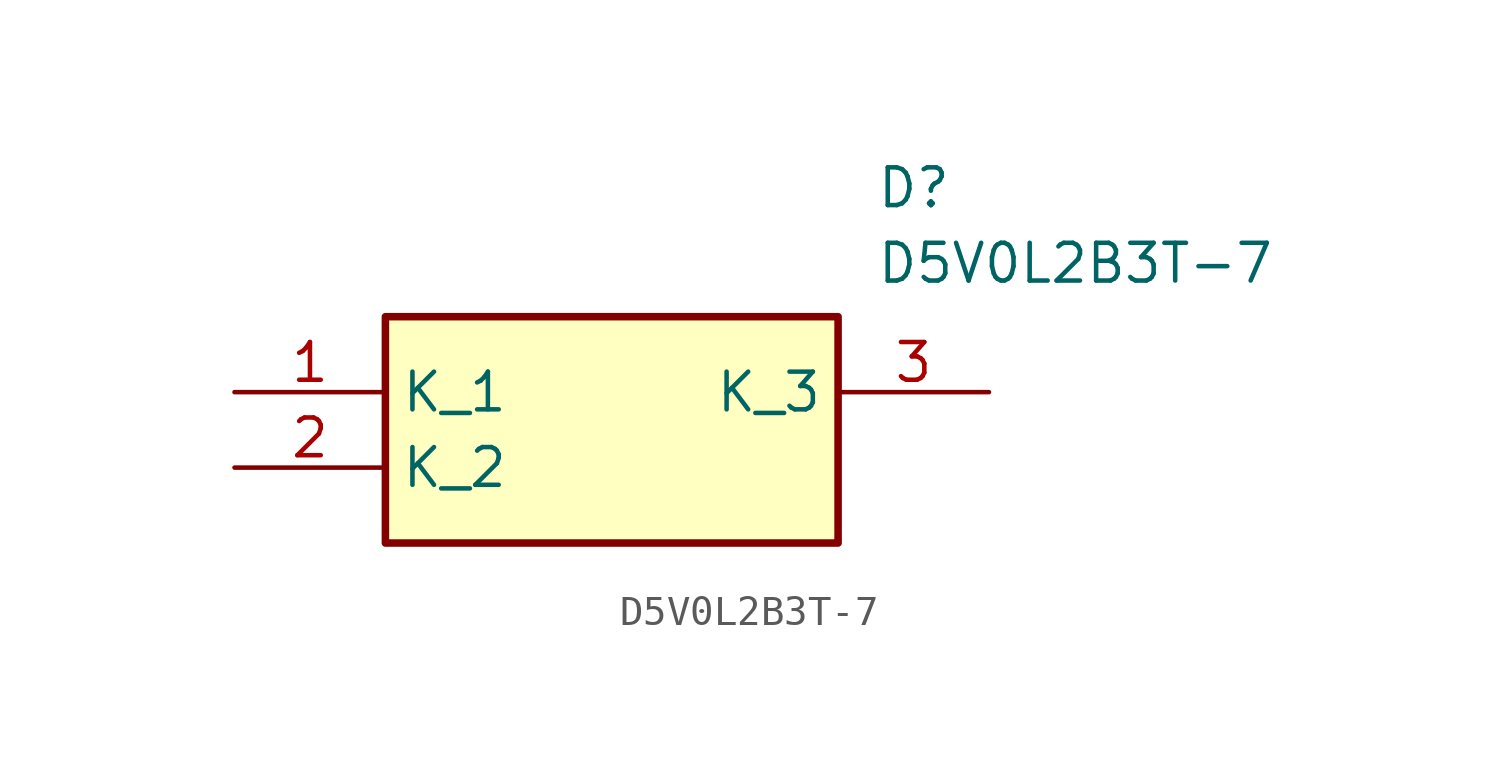
<source format=kicad_sym>
(kicad_symbol_lib
  (version 20211014)
  (generator SamacSys_ECAD_Model)
  (symbol "D5V0L2B3T-7"
    (property "Reference" "D"
      (at 21.59 7.62 0)
      (effects (font (size 1.27 1.27)) (justify left top)))
    (property "Value" "D5V0L2B3T-7"
      (at 21.59 5.08 0)
      (effects (font (size 1.27 1.27)) (justify left top)))
    (rectangle
      (start 5.08 2.54)
      (end 20.32 -5.08)
      (stroke (width 0.254) (type default))
      (fill (type background)))
    (pin passive line
      (at 0 0 0)
      (length 5.08)
      (name "K_1" (effects (font (size 1.27 1.27))))
      (number "1" (effects (font (size 1.27 1.27)))))
    (pin passive line
      (at 0 -2.54 0)
      (length 5.08)
      (name "K_2" (effects (font (size 1.27 1.27))))
      (number "2" (effects (font (size 1.27 1.27)))))
    (pin passive line
      (at 25.4 0 180)
      (length 5.08)
      (name "K_3" (effects (font (size 1.27 1.27))))
      (number "3" (effects (font (size 1.27 1.27)))))))
</source>
